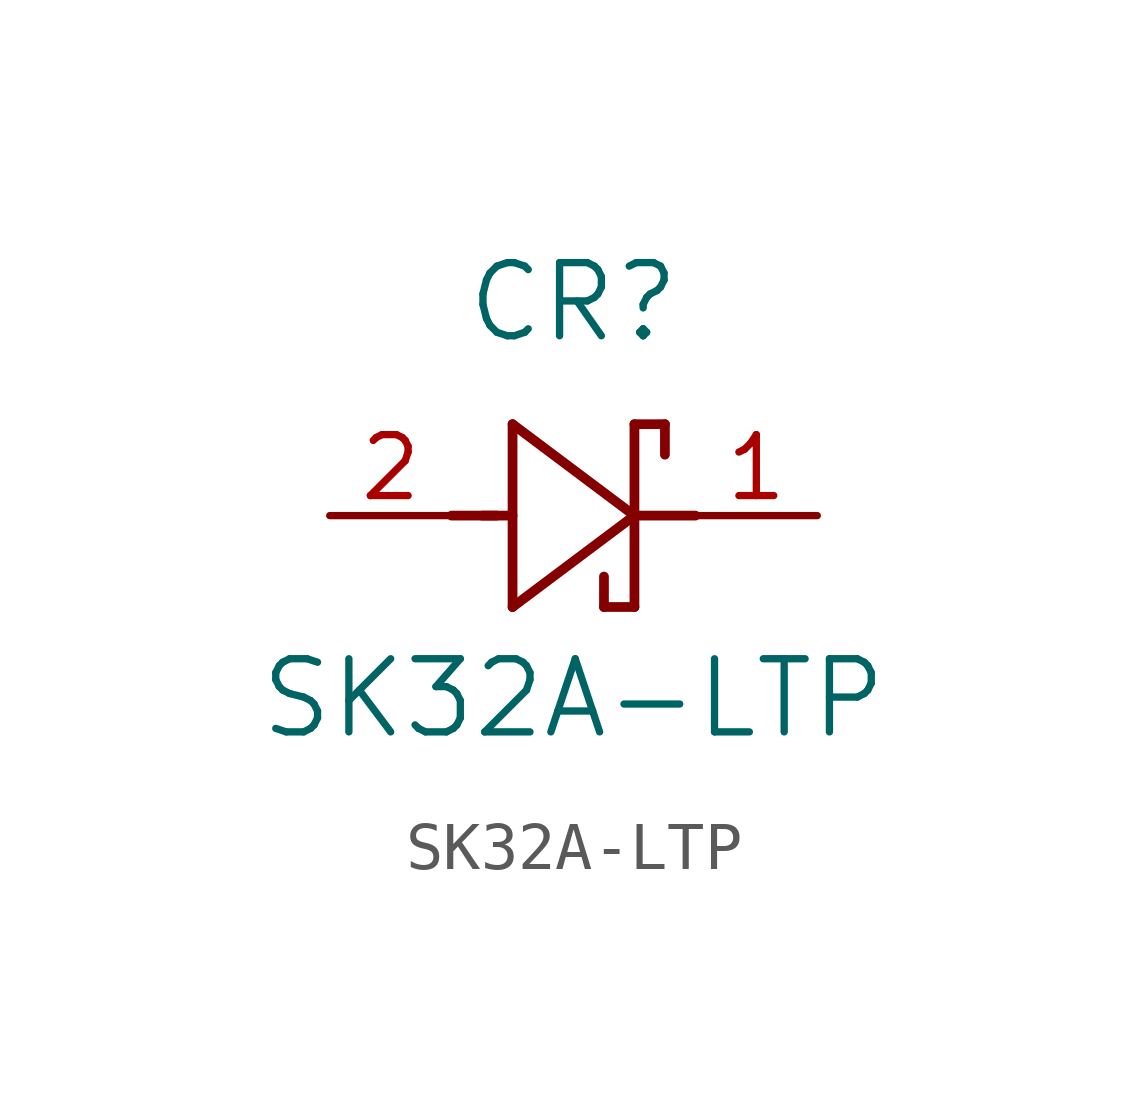
<source format=kicad_sym>
(kicad_symbol_lib
  (version 20211014)
  (generator kicad_symbol_editor)
  (symbol "SK32A-LTP"
    (pin_names
      (offset 0.254))
    (property "Reference" "CR"
      (at 5.08 4.445 0)
      (effects (font (size 1.524 1.524))))
    (property "Value" "SK32A-LTP"
      (at 5.08 -3.81 0)
      (effects (font (size 1.524 1.524))))
    (symbol "SK32A-LTP_0_1"
      (polyline (pts (xy 2.54 0) (xy 3.48 0)) (stroke (width 0.203) (type default) (color 0 0 0 0)) (fill (type none)))
      (polyline (pts (xy 3.175 0) (xy 3.81 0)) (stroke (width 0.203) (type default) (color 0 0 0 0)) (fill (type none)))
      (polyline (pts (xy 3.81 -1.905) (xy 6.35 0)) (stroke (width 0.203) (type default) (color 0 0 0 0)) (fill (type none)))
      (polyline (pts (xy 6.35 -1.905) (xy 5.715 -1.905)) (stroke (width 0.203) (type default) (color 0 0 0 0)) (fill (type none)))
      (polyline (pts (xy 6.35 1.905) (xy 6.985 1.905)) (stroke (width 0.203) (type default) (color 0 0 0 0)) (fill (type none)))
      (polyline (pts (xy 3.81 1.905) (xy 3.81 -1.905)) (stroke (width 0.203) (type default) (color 0 0 0 0)) (fill (type none)))
      (polyline (pts (xy 6.35 -1.905) (xy 6.35 1.905)) (stroke (width 0.203) (type default) (color 0 0 0 0)) (fill (type none)))
      (polyline (pts (xy 6.35 0) (xy 3.81 1.905)) (stroke (width 0.203) (type default) (color 0 0 0 0)) (fill (type none)))
      (polyline (pts (xy 6.35 0) (xy 7.62 0)) (stroke (width 0.203) (type default) (color 0 0 0 0)) (fill (type none)))
      (polyline (pts (xy 6.985 1.905) (xy 6.985 1.27)) (stroke (width 0.203) (type default) (color 0 0 0 0)) (fill (type none)))
      (polyline (pts (xy 5.715 -1.905) (xy 5.715 -1.27)) (stroke (width 0.203) (type default) (color 0 0 0 0)) (fill (type none)))
      (pin unspecified line (at 0 0 0) (length 2.54) (name "" (effects (font (size 1.27 1.27)))) (number "2" (effects (font (size 1.27 1.27)))))
      (pin unspecified line (at 10.16 0 180) (length 2.54) (name "" (effects (font (size 1.27 1.27)))) (number "1" (effects (font (size 1.27 1.27))))))))
</source>
